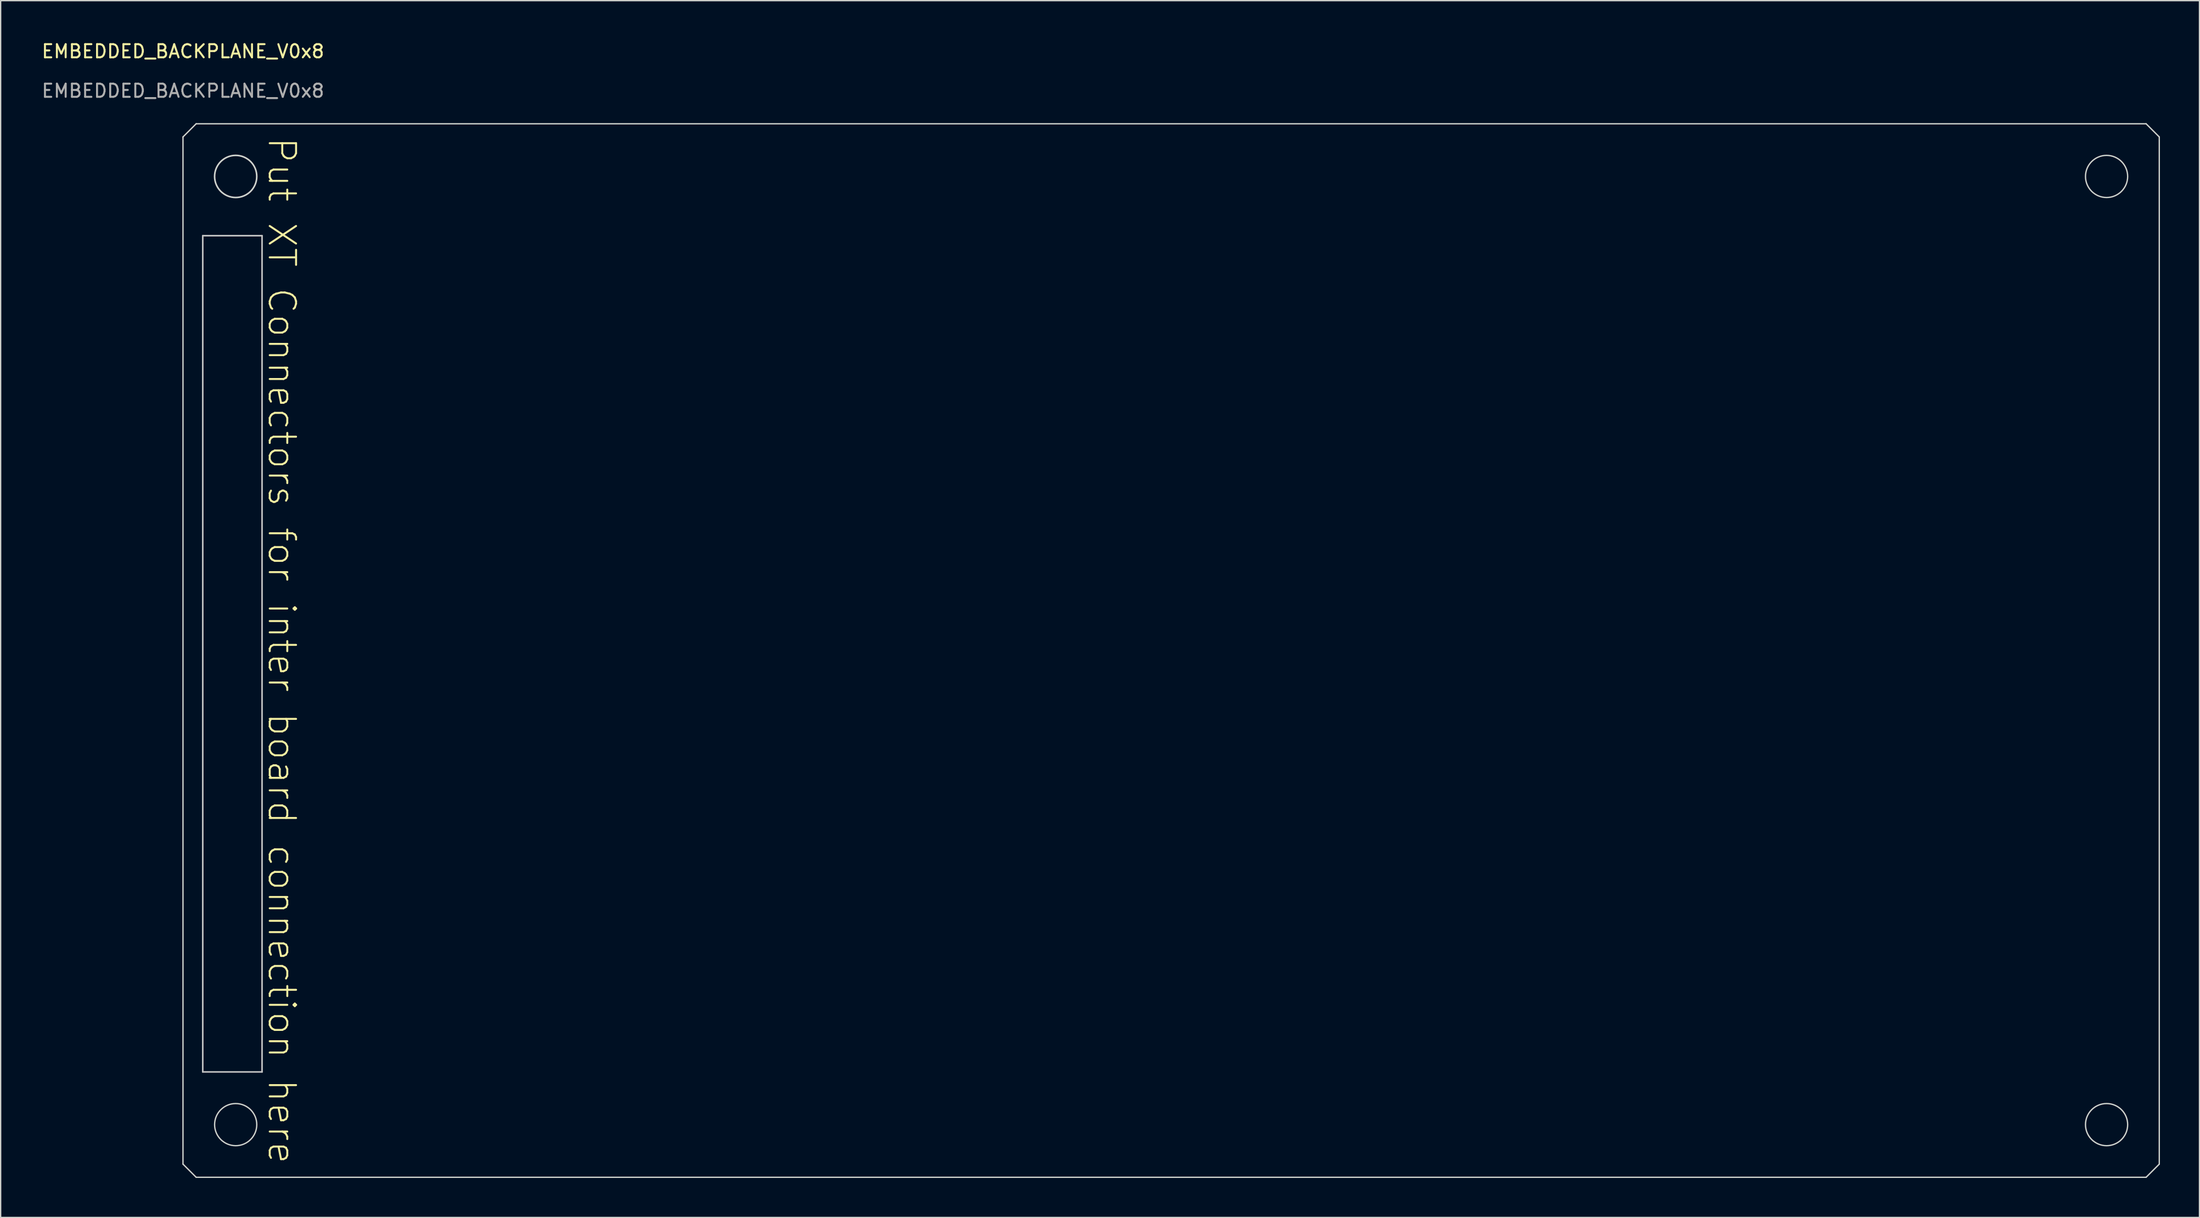
<source format=kicad_pcb>
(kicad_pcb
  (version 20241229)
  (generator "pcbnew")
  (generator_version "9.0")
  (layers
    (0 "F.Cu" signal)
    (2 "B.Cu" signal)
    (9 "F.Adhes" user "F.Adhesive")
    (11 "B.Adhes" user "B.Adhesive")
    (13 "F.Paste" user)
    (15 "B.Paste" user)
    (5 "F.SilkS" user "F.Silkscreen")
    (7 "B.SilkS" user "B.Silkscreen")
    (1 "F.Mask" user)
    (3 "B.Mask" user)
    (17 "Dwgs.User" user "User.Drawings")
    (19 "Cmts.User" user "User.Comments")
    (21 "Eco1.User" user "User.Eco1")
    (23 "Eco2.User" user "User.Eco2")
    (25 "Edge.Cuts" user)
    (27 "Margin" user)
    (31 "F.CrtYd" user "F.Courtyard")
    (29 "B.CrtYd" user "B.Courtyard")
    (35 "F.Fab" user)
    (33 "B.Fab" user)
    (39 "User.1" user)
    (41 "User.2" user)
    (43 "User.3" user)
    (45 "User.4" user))
  (footprint "EMBEDDED_BACKPLANE_V0x8"
    (layer "F.Cu")
    (at 10.839 1.348)
    (property "Reference" "EMBEDDED_BACKPLANE_V0x8" (at 0 -0.5 0) (unlocked yes) (layer "F.SilkS") (effects (font (size 1 1) (thickness 0.15))))
    (attr smd)
    (fp_line (start 1.5 13.5) (end 1.5 77) (stroke (width 0.12) (type solid)) (layer "Dwgs.User"))
    (fp_line (start 1.5 77) (end 6 77) (stroke (width 0.12) (type solid)) (layer "Dwgs.User"))
    (fp_line (start 6 13.5) (end 1.5 13.5) (stroke (width 0.12) (type solid)) (layer "Dwgs.User"))
    (fp_line (start 6 77) (end 6 13.5) (stroke (width 0.12) (type solid)) (layer "Dwgs.User"))
    (fp_line (start 0 84) (end 0 6) (stroke (width 0.1) (type solid)) (layer "Edge.Cuts"))
    (fp_line (start 1 5) (end 0 6) (stroke (width 0.1) (type solid)) (layer "Edge.Cuts"))
    (fp_line (start 1 5) (end 149 5) (stroke (width 0.1) (type solid)) (layer "Edge.Cuts"))
    (fp_line (start 1 85) (end 0 84) (stroke (width 0.1) (type solid)) (layer "Edge.Cuts"))
    (fp_line (start 149 5) (end 150 6) (stroke (width 0.1) (type solid)) (layer "Edge.Cuts"))
    (fp_line (start 149 85) (end 1 85) (stroke (width 0.1) (type solid)) (layer "Edge.Cuts"))
    (fp_line (start 150 6) (end 150 84) (stroke (width 0.1) (type solid)) (layer "Edge.Cuts"))
    (fp_line (start 150 84) (end 149 85) (stroke (width 0.1) (type solid)) (layer "Edge.Cuts"))
    (fp_circle (center 4 9) (end 5.6 9) (stroke (width 0.12) (type solid)) (fill no) (layer "Edge.Cuts"))
    (fp_circle (center 4 81) (end 5.6 81) (stroke (width 0.1) (type solid)) (fill no) (layer "Edge.Cuts"))
    (fp_circle (center 146 9) (end 147.6 9) (stroke (width 0.1) (type solid)) (fill no) (layer "Edge.Cuts"))
    (fp_circle (center 146 81) (end 147.6 81) (stroke (width 0.1) (type solid)) (fill no) (layer "Edge.Cuts"))
    (fp_text user "Put XT Connectors for inter board connection here" (at 7.5 45 270) (unlocked yes) (layer "F.SilkS") (effects (font (size 2 2) (thickness 0.15))))
    (fp_text user "${REFERENCE}" (at 0 2.5 0) (unlocked yes) (layer "F.Fab") (effects (font (size 1 1) (thickness 0.15)))))
  (gr_rect
    (start -3 -3)
    (end 163.889 89.398)
    (stroke (width 0.1) (type default))
    (fill no)
    (layer "Edge.Cuts")))
</source>
